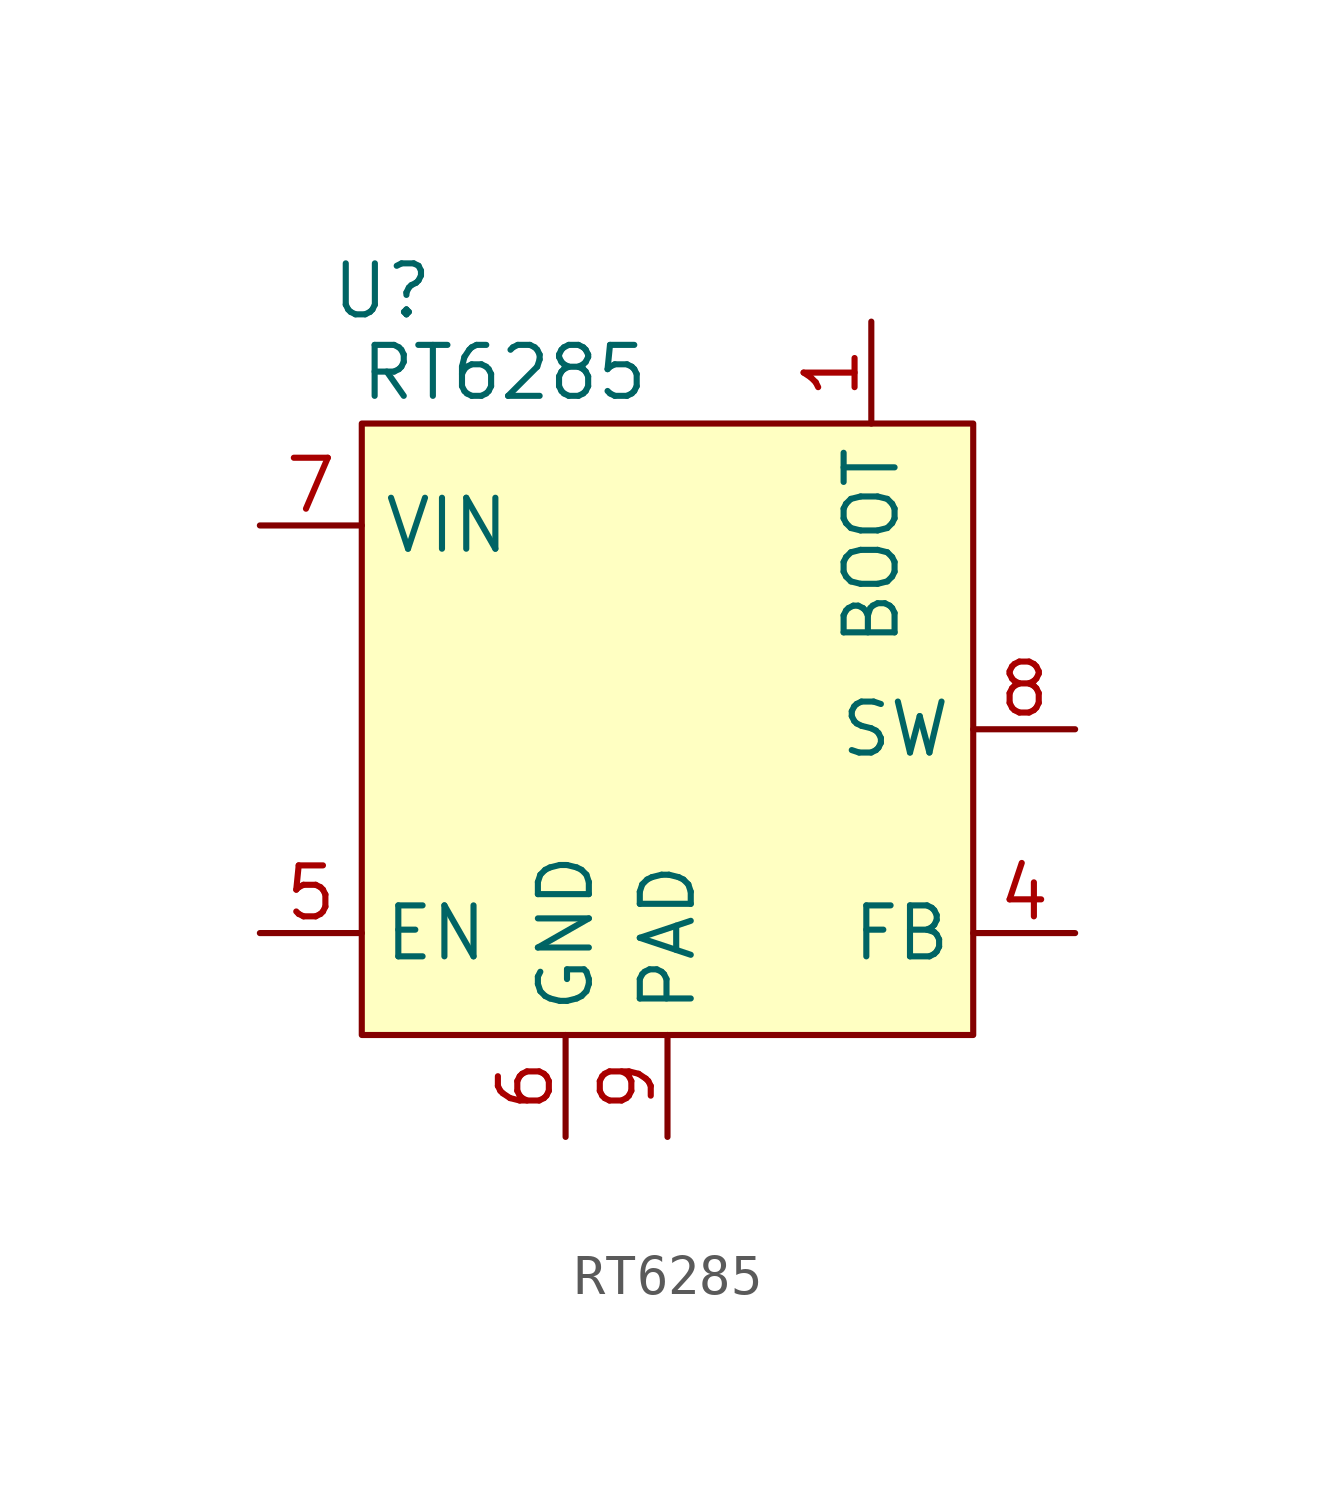
<source format=kicad_sym>
(kicad_symbol_lib
  (version 20231120)
  (generator "kicad_symbol_editor")
  (generator_version "8.0")
  (symbol "RT6285"
    (property "Reference" "U"
      (at -7.112 10.922 0)
      (effects (font (size 1.27 1.27))))
    (property "Value" "RT6285"
      (at -4.064 8.89 0)
      (effects (font (size 1.27 1.27))))
    (symbol "RT6285_1_1"
      (rectangle (start -7.62 7.62) (end 7.62 -7.62) (stroke (width 0) (type default)) (fill (type background)))
      (pin passive line (at 5.08 10.16 270) (length 2.54) (name "BOOT" (effects (font (size 1.27 1.27)))) (number "1" (effects (font (size 1.27 1.27)))))
      (pin passive line (at 10.16 -5.08 180) (length 2.54) (name "FB" (effects (font (size 1.27 1.27)))) (number "4" (effects (font (size 1.27 1.27)))))
      (pin passive line (at -10.16 -5.08 0) (length 2.54) (name "EN" (effects (font (size 1.27 1.27)))) (number "5" (effects (font (size 1.27 1.27)))))
      (pin passive line (at -2.54 -10.16 90) (length 2.54) (name "GND" (effects (font (size 1.27 1.27)))) (number "6" (effects (font (size 1.27 1.27)))))
      (pin passive line (at -10.16 5.08 0) (length 2.54) (name "VIN" (effects (font (size 1.27 1.27)))) (number "7" (effects (font (size 1.27 1.27)))))
      (pin passive line (at 10.16 0 180) (length 2.54) (name "SW" (effects (font (size 1.27 1.27)))) (number "8" (effects (font (size 1.27 1.27)))))
      (pin passive line (at 0 -10.16 90) (length 2.54) (name "PAD" (effects (font (size 1.27 1.27)))) (number "9" (effects (font (size 1.27 1.27))))))))
</source>
